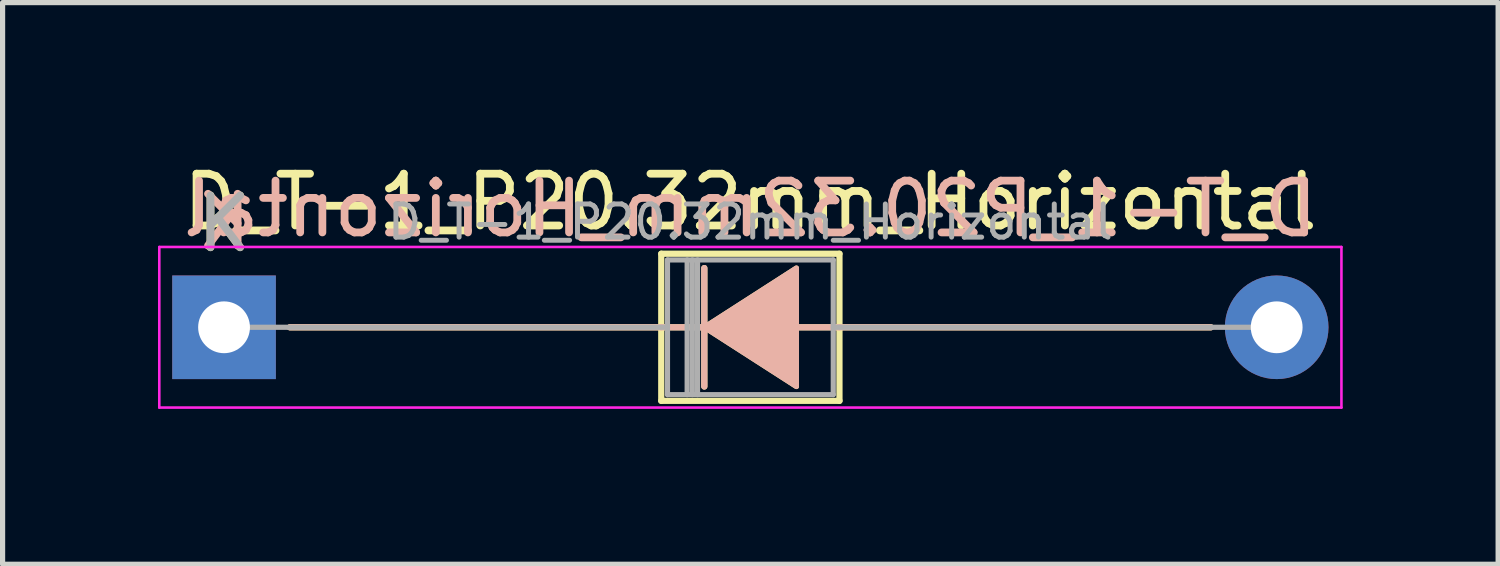
<source format=kicad_pcb>
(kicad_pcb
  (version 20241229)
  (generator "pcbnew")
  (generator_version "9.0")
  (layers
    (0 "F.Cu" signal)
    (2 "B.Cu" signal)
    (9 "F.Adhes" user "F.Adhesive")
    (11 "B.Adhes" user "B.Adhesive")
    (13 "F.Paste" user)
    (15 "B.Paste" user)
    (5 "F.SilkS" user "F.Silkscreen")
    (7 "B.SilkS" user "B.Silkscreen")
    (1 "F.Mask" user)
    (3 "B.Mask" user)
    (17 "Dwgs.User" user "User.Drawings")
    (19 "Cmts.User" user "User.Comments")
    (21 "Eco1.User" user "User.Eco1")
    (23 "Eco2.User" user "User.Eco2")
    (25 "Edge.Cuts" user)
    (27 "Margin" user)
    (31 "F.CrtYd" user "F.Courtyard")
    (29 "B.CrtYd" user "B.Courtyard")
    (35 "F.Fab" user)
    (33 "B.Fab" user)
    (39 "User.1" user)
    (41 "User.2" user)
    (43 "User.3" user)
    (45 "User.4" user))
  (footprint "D_T-1_P20.32mm_Horizontal"
    (layer "F.Cu")
    (at 1.275 3.268)
    (property "Reference" "D_T-1_P20.32mm_Horizontal" (at 10.16 -2.42 0) (layer "F.SilkS") (effects (font (size 1 1) (thickness 0.15))))
    (fp_line (start 1.27 0) (end 8.44 0) (stroke (width 0.12) (type solid)) (layer "F.SilkS"))
    (fp_line (start 8.44 -1.42) (end 8.44 1.42) (stroke (width 0.12) (type solid)) (layer "F.SilkS"))
    (fp_line (start 8.44 1.42) (end 11.88 1.42) (stroke (width 0.12) (type solid)) (layer "F.SilkS"))
    (fp_line (start 9.271 -1.143) (end 9.271 1.143) (stroke (width 0.12) (type solid)) (layer "F.SilkS"))
    (fp_line (start 9.398 0) (end 8.44 0) (stroke (width 0.12) (type solid)) (layer "F.SilkS"))
    (fp_line (start 11.049 0) (end 11.88 0) (stroke (width 0.12) (type solid)) (layer "F.SilkS"))
    (fp_line (start 11.88 -1.42) (end 8.44 -1.42) (stroke (width 0.12) (type solid)) (layer "F.SilkS"))
    (fp_line (start 11.88 1.42) (end 11.88 -1.42) (stroke (width 0.12) (type solid)) (layer "F.SilkS"))
    (fp_line (start 19.05 0) (end 11.88 0) (stroke (width 0.12) (type solid)) (layer "F.SilkS"))
    (fp_poly (pts (xy 11.049 1.143) (xy 9.271 0) (xy 11.049 -1.143)) (stroke (width 0.1) (type solid)) (fill yes) (layer "F.SilkS"))
    (fp_line (start 1.27 0) (end 8.44 0) (stroke (width 0.12) (type solid)) (layer "B.SilkS"))
    (fp_line (start 9.271 1.143) (end 9.271 -1.143) (stroke (width 0.12) (type solid)) (layer "B.SilkS"))
    (fp_line (start 9.398 0) (end 8.44 0) (stroke (width 0.12) (type solid)) (layer "B.SilkS"))
    (fp_line (start 11.049 0) (end 11.88 0) (stroke (width 0.12) (type solid)) (layer "B.SilkS"))
    (fp_line (start 19.05 0) (end 11.88 0) (stroke (width 0.12) (type solid)) (layer "B.SilkS"))
    (fp_poly (pts (xy 11.049 -1.143) (xy 9.271 0) (xy 11.049 1.143)) (stroke (width 0.1) (type solid)) (fill yes) (layer "B.SilkS"))
    (fp_line (start -1.25 -1.55) (end -1.25 1.55) (stroke (width 0.05) (type solid)) (layer "F.CrtYd"))
    (fp_line (start -1.25 1.55) (end 21.57 1.55) (stroke (width 0.05) (type solid)) (layer "F.CrtYd"))
    (fp_line (start 21.57 -1.55) (end -1.25 -1.55) (stroke (width 0.05) (type solid)) (layer "F.CrtYd"))
    (fp_line (start 21.57 1.55) (end 21.57 -1.55) (stroke (width 0.05) (type solid)) (layer "F.CrtYd"))
    (fp_line (start 0 0) (end 8.56 0) (stroke (width 0.1) (type solid)) (layer "F.Fab"))
    (fp_line (start 8.56 -1.3) (end 8.56 1.3) (stroke (width 0.1) (type solid)) (layer "F.Fab"))
    (fp_line (start 8.56 1.3) (end 11.76 1.3) (stroke (width 0.1) (type solid)) (layer "F.Fab"))
    (fp_line (start 8.94 -1.3) (end 8.94 1.3) (stroke (width 0.1) (type solid)) (layer "F.Fab"))
    (fp_line (start 9.04 -1.3) (end 9.04 1.3) (stroke (width 0.1) (type solid)) (layer "F.Fab"))
    (fp_line (start 9.14 -1.3) (end 9.14 1.3) (stroke (width 0.1) (type solid)) (layer "F.Fab"))
    (fp_line (start 11.76 -1.3) (end 8.56 -1.3) (stroke (width 0.1) (type solid)) (layer "F.Fab"))
    (fp_line (start 11.76 1.3) (end 11.76 -1.3) (stroke (width 0.1) (type solid)) (layer "F.Fab"))
    (fp_line (start 20.32 0) (end 11.76 0) (stroke (width 0.1) (type solid)) (layer "F.Fab"))
    (fp_text user "K" (at 0 -2 0) (layer "F.SilkS") (effects (font (size 1 1) (thickness 0.15))))
    (fp_text user "K" (at 0 -2.032 0) (layer "B.SilkS") (effects (font (size 1 1) (thickness 0.15)) (justify mirror)))
    (fp_text user "${REFERENCE}" (at 10.16 -2.286 0) (layer "B.SilkS") (effects (font (size 1 1) (thickness 0.15)) (justify mirror)))
    (fp_text user "${REFERENCE}" (at 10.16 -2.032 0) (layer "F.Fab") (effects (font (size 0.64 0.64) (thickness 0.096))))
    (fp_text user "K" (at 0 -2 0) (layer "F.Fab") (effects (font (size 1 1) (thickness 0.15))))
    (pad "1" thru_hole rect (at 0 0) (size 2 2) (drill 1) (layers "*.Cu" "*.Mask"))
    (pad "2" thru_hole oval (at 20.32 0) (size 2 2) (drill 1) (layers "*.Cu" "*.Mask")))
  (gr_rect
    (start -3 -3)
    (end 25.87 7.843)
    (stroke (width 0.1) (type default))
    (fill no)
    (layer "Edge.Cuts")))
</source>
